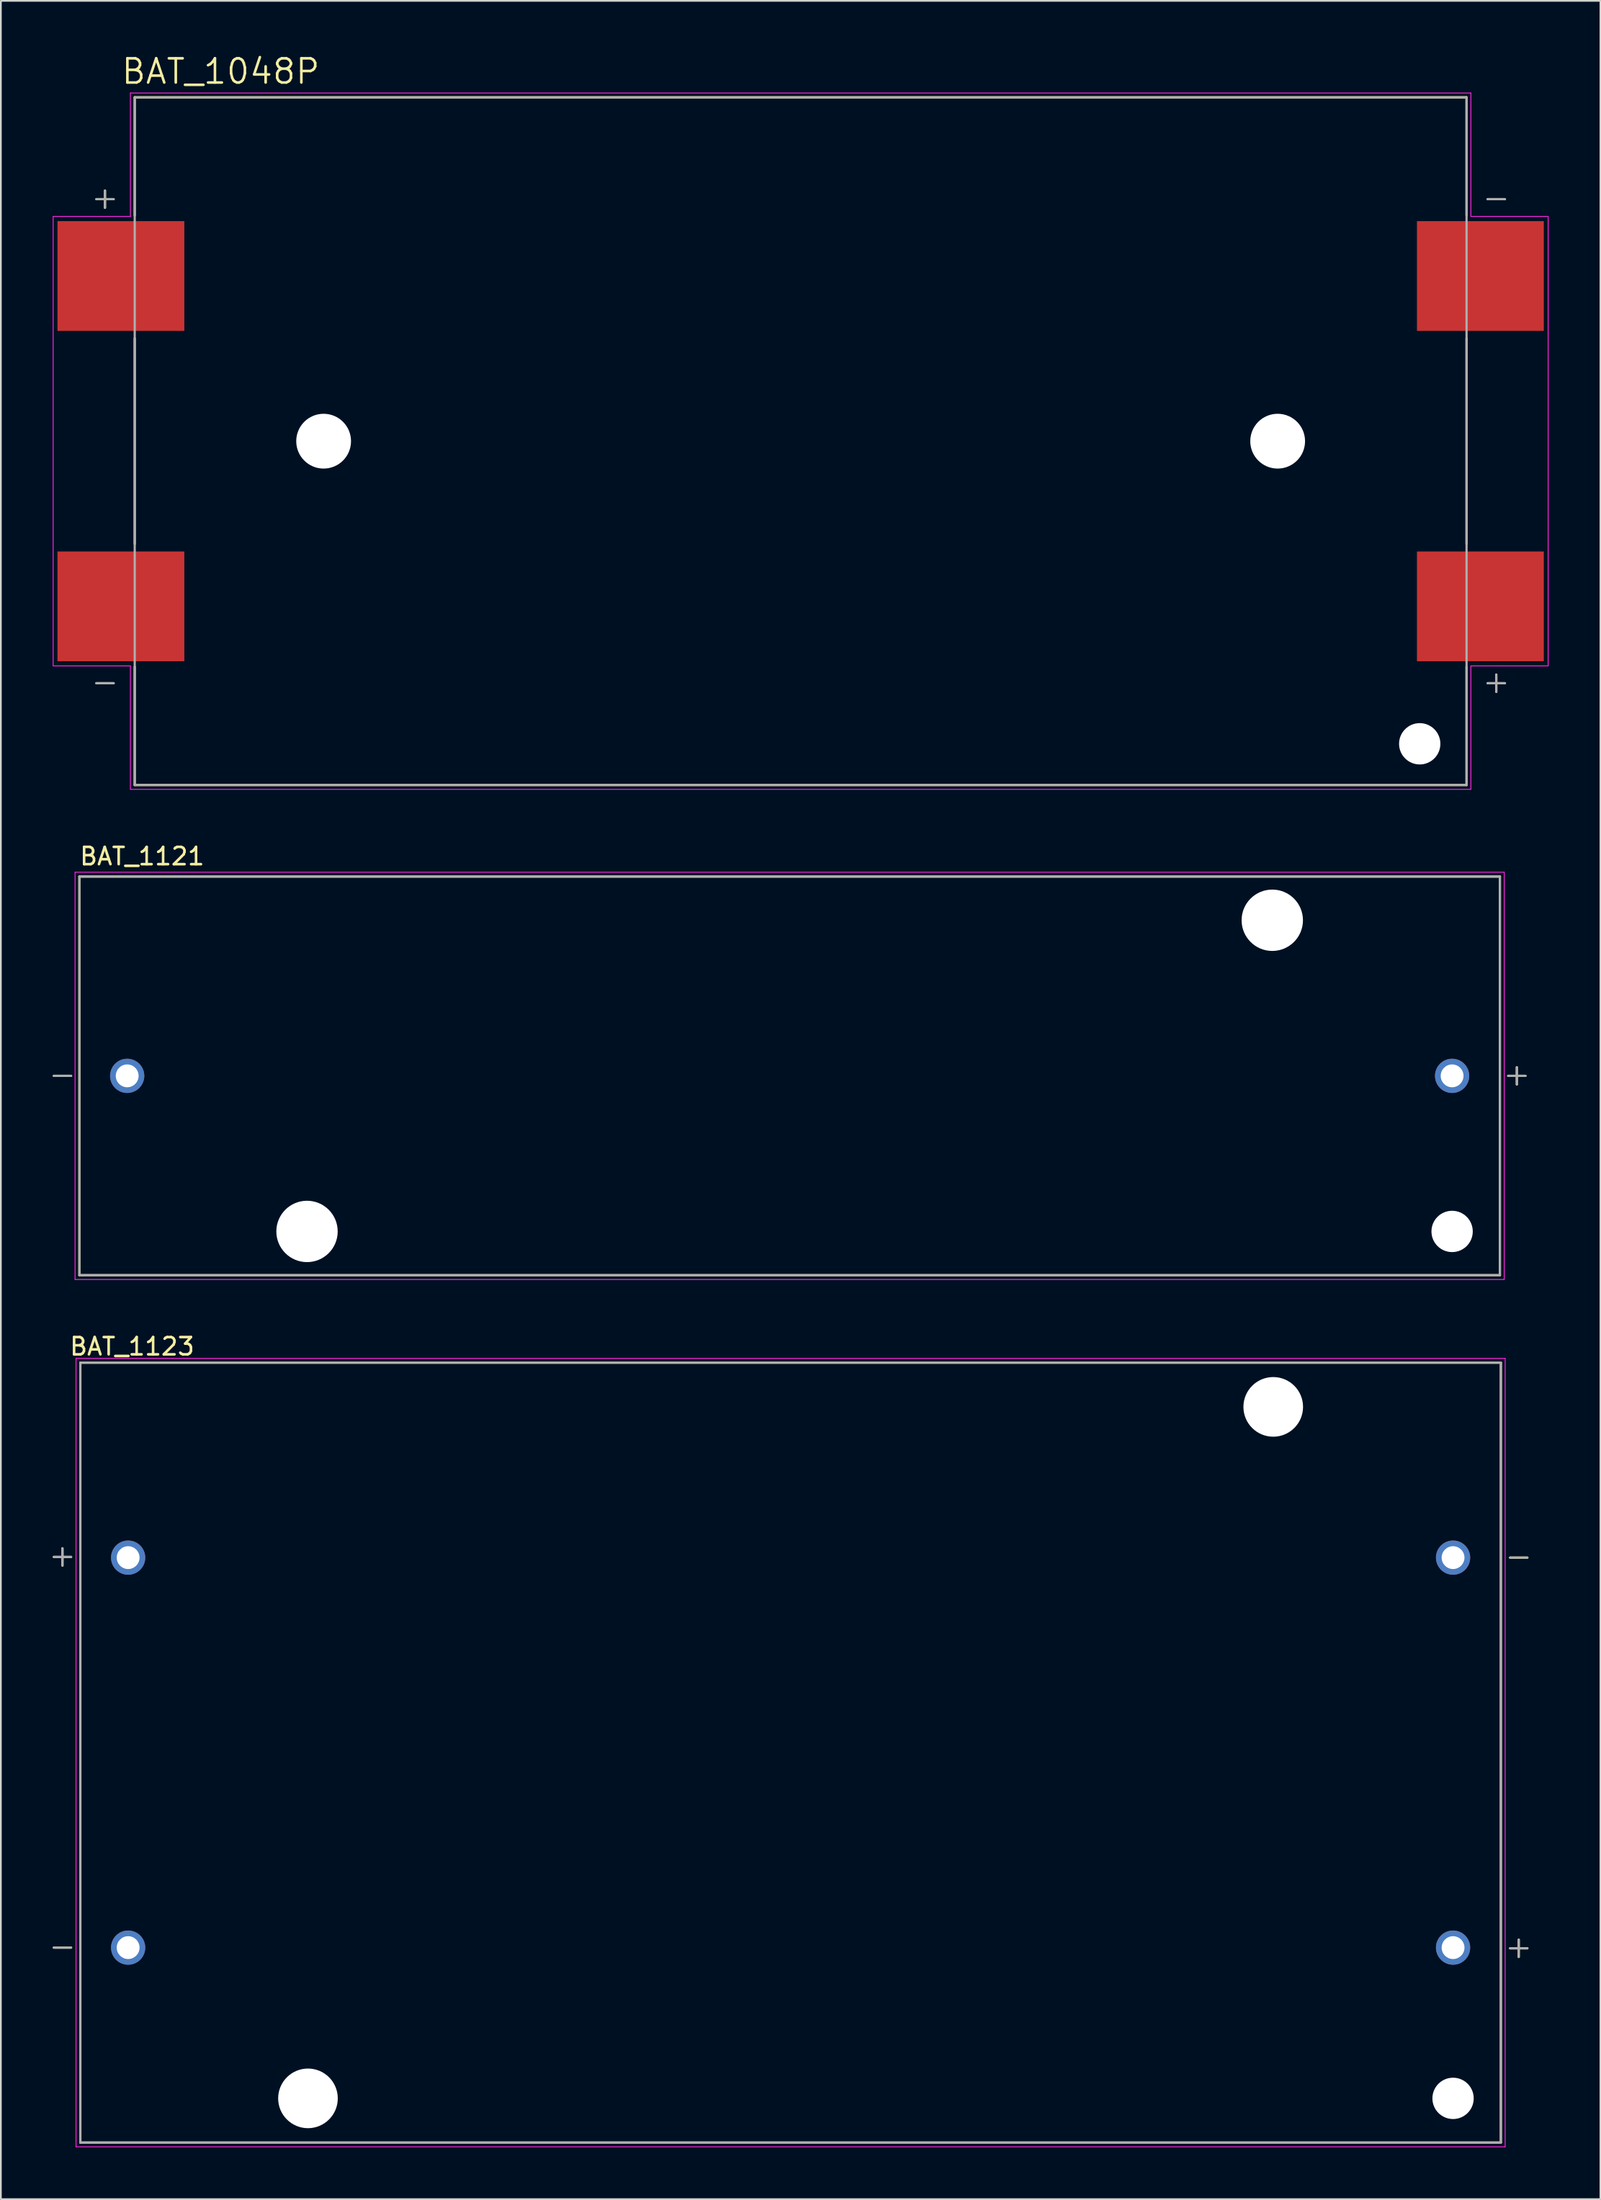
<source format=kicad_pcb>
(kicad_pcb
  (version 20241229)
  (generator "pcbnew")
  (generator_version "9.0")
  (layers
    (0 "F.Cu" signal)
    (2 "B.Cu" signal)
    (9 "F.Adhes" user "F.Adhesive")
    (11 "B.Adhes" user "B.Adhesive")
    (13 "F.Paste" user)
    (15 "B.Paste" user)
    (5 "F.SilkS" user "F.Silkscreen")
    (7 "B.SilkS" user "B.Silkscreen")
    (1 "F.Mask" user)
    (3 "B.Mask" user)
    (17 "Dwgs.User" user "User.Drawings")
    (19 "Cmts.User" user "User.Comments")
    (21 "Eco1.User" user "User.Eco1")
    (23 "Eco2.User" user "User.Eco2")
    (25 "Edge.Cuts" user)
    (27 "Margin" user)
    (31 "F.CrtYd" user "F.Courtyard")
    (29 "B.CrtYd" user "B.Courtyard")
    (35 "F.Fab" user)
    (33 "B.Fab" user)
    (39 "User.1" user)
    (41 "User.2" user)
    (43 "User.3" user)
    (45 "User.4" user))
  (footprint "BAT_1123"
    (layer "F.Cu")
    (at 42.694 98.333)
    (property "Reference" "BAT_1123" (at -38.1 -23.495 0) (layer "F.SilkS") (effects (font (size 1 1) (thickness 0.15))))
    (attr through_hole)
    (fp_line (start -42.63 11.28) (end -41.63 11.28) (stroke (width 0.127) (type solid)) (layer "F.SilkS"))
    (fp_line (start -42.13 -10.82) (end -42.13 -11.82) (stroke (width 0.127) (type solid)) (layer "F.SilkS"))
    (fp_line (start -41.63 -11.32) (end -42.63 -11.32) (stroke (width 0.127) (type solid)) (layer "F.SilkS"))
    (fp_line (start -41.095 -22.555) (end 41.095 -22.555) (stroke (width 0.127) (type solid)) (layer "F.SilkS"))
    (fp_line (start -41.095 22.555) (end -41.095 -22.555) (stroke (width 0.127) (type solid)) (layer "F.SilkS"))
    (fp_line (start 41.095 -22.555) (end 41.095 22.555) (stroke (width 0.127) (type solid)) (layer "F.SilkS"))
    (fp_line (start 41.095 22.555) (end -41.095 22.555) (stroke (width 0.127) (type solid)) (layer "F.SilkS"))
    (fp_line (start 41.63 11.32) (end 42.63 11.32) (stroke (width 0.127) (type solid)) (layer "F.SilkS"))
    (fp_line (start 42.13 10.82) (end 42.13 11.82) (stroke (width 0.127) (type solid)) (layer "F.SilkS"))
    (fp_line (start 42.63 -11.28) (end 41.63 -11.28) (stroke (width 0.127) (type solid)) (layer "F.SilkS"))
    (fp_line (start -41.345 -22.805) (end 41.345 -22.805) (stroke (width 0.05) (type solid)) (layer "F.CrtYd"))
    (fp_line (start -41.345 22.805) (end -41.345 -22.805) (stroke (width 0.05) (type solid)) (layer "F.CrtYd"))
    (fp_line (start 41.345 -22.805) (end 41.345 22.805) (stroke (width 0.05) (type solid)) (layer "F.CrtYd"))
    (fp_line (start 41.345 22.805) (end -41.345 22.805) (stroke (width 0.05) (type solid)) (layer "F.CrtYd"))
    (fp_line (start -42.63 -11.32) (end -41.63 -11.32) (stroke (width 0.127) (type solid)) (layer "F.Fab"))
    (fp_line (start -42.63 11.28) (end -41.63 11.28) (stroke (width 0.127) (type solid)) (layer "F.Fab"))
    (fp_line (start -42.13 -10.82) (end -42.13 -11.82) (stroke (width 0.127) (type solid)) (layer "F.Fab"))
    (fp_line (start -41.095 -22.555) (end 41.095 -22.555) (stroke (width 0.127) (type solid)) (layer "F.Fab"))
    (fp_line (start -41.095 22.555) (end -41.095 -22.555) (stroke (width 0.127) (type solid)) (layer "F.Fab"))
    (fp_line (start 41.095 -22.555) (end 41.095 22.555) (stroke (width 0.127) (type solid)) (layer "F.Fab"))
    (fp_line (start 41.095 22.555) (end -41.095 22.555) (stroke (width 0.127) (type solid)) (layer "F.Fab"))
    (fp_line (start 42.13 10.82) (end 42.13 11.82) (stroke (width 0.127) (type solid)) (layer "F.Fab"))
    (fp_line (start 42.63 -11.28) (end 41.63 -11.28) (stroke (width 0.127) (type solid)) (layer "F.Fab"))
    (fp_line (start 42.63 11.32) (end 41.63 11.32) (stroke (width 0.127) (type solid)) (layer "F.Fab"))
    (pad "" np_thru_hole circle (at -27.925 20) (size 3.45 3.45) (drill 3.45) (layers "*.Cu" "*.Mask"))
    (pad "" np_thru_hole circle (at 27.925 -20) (size 3.45 3.45) (drill 3.45) (layers "*.Cu" "*.Mask"))
    (pad "" np_thru_hole circle (at 38.33 20) (size 2.39 2.39) (drill 2.39) (layers "*.Cu" "*.Mask"))
    (pad "N1" thru_hole circle (at 38.33 -11.28) (size 1.98 1.98) (drill 1.32) (layers "*.Cu" "*.Mask"))
    (pad "N2" thru_hole circle (at -38.33 11.28) (size 1.98 1.98) (drill 1.32) (layers "*.Cu" "*.Mask"))
    (pad "P1" thru_hole circle (at -38.33 -11.28) (size 1.98 1.98) (drill 1.32) (layers "*.Cu" "*.Mask"))
    (pad "P2" thru_hole circle (at 38.33 11.28) (size 1.98 1.98) (drill 1.32) (layers "*.Cu" "*.Mask")))
  (footprint "BAT_1121"
    (layer "F.Cu")
    (at 42.639 59.184)
    (property "Reference" "BAT_1121" (at -37.465 -12.7 0) (layer "F.SilkS") (effects (font (size 1 1) (thickness 0.15))))
    (attr through_hole)
    (fp_line (start -41.575 0) (end -42.575 0) (stroke (width 0.127) (type solid)) (layer "F.SilkS"))
    (fp_line (start -41.095 -11.53) (end 41.095 -11.53) (stroke (width 0.127) (type solid)) (layer "F.SilkS"))
    (fp_line (start -41.095 11.53) (end -41.095 -11.53) (stroke (width 0.127) (type solid)) (layer "F.SilkS"))
    (fp_line (start 41.095 -11.53) (end 41.095 11.53) (stroke (width 0.127) (type solid)) (layer "F.SilkS"))
    (fp_line (start 41.095 11.53) (end -41.095 11.53) (stroke (width 0.127) (type solid)) (layer "F.SilkS"))
    (fp_line (start 42.075 0.5) (end 42.075 -0.5) (stroke (width 0.127) (type solid)) (layer "F.SilkS"))
    (fp_line (start 42.575 0) (end 41.575 0) (stroke (width 0.127) (type solid)) (layer "F.SilkS"))
    (fp_line (start -41.345 -11.78) (end 41.345 -11.78) (stroke (width 0.05) (type solid)) (layer "F.CrtYd"))
    (fp_line (start -41.345 11.78) (end -41.345 -11.78) (stroke (width 0.05) (type solid)) (layer "F.CrtYd"))
    (fp_line (start 41.345 -11.78) (end 41.345 11.78) (stroke (width 0.05) (type solid)) (layer "F.CrtYd"))
    (fp_line (start 41.345 11.78) (end -41.345 11.78) (stroke (width 0.05) (type solid)) (layer "F.CrtYd"))
    (fp_line (start -41.575 0) (end -42.575 0) (stroke (width 0.127) (type solid)) (layer "F.Fab"))
    (fp_line (start -41.095 -11.53) (end 41.095 -11.53) (stroke (width 0.127) (type solid)) (layer "F.Fab"))
    (fp_line (start -41.095 11.53) (end -41.095 -11.53) (stroke (width 0.127) (type solid)) (layer "F.Fab"))
    (fp_line (start 41.095 -11.53) (end 41.095 11.53) (stroke (width 0.127) (type solid)) (layer "F.Fab"))
    (fp_line (start 41.095 11.53) (end -41.095 11.53) (stroke (width 0.127) (type solid)) (layer "F.Fab"))
    (fp_line (start 41.575 0) (end 42.575 0) (stroke (width 0.127) (type solid)) (layer "F.Fab"))
    (fp_line (start 42.075 0.5) (end 42.075 -0.5) (stroke (width 0.127) (type solid)) (layer "F.Fab"))
    (pad "" np_thru_hole circle (at -27.925 9) (size 3.55 3.55) (drill 3.55) (layers "*.Cu" "*.Mask"))
    (pad "" np_thru_hole circle (at 27.925 -9) (size 3.55 3.55) (drill 3.55) (layers "*.Cu" "*.Mask"))
    (pad "" np_thru_hole circle (at 38.33 9) (size 2.39 2.39) (drill 2.39) (layers "*.Cu" "*.Mask"))
    (pad "N" thru_hole circle (at -38.33 0) (size 1.98 1.98) (drill 1.32) (layers "*.Cu" "*.Mask"))
    (pad "P" thru_hole circle (at 38.33 0) (size 1.98 1.98) (drill 1.32) (layers "*.Cu" "*.Mask")))
  (footprint "BAT_1048P"
    (layer "F.Cu")
    (at 43.275 22.471)
    (property "Reference" "BAT_1048P" (at -33.555 -21.389 0) (layer "F.SilkS") (effects (font (size 1.4 1.4) (thickness 0.15))))
    (attr through_hole)
    (fp_line (start -40.75 -14) (end -39.75 -14) (stroke (width 0.127) (type solid)) (layer "F.SilkS"))
    (fp_line (start -40.75 14) (end -39.75 14) (stroke (width 0.127) (type solid)) (layer "F.SilkS"))
    (fp_line (start -40.25 -14.5) (end -40.25 -13.5) (stroke (width 0.127) (type solid)) (layer "F.SilkS"))
    (fp_line (start -38.53 -19.89) (end 38.53 -19.89) (stroke (width 0.127) (type solid)) (layer "F.SilkS"))
    (fp_line (start -38.53 -13.05) (end -38.53 -19.89) (stroke (width 0.127) (type solid)) (layer "F.SilkS"))
    (fp_line (start -38.53 -5.95) (end -38.53 5.95) (stroke (width 0.127) (type solid)) (layer "F.SilkS"))
    (fp_line (start -38.53 13.05) (end -38.53 19.89) (stroke (width 0.127) (type solid)) (layer "F.SilkS"))
    (fp_line (start -38.53 19.89) (end 38.53 19.89) (stroke (width 0.127) (type solid)) (layer "F.SilkS"))
    (fp_line (start 38.53 -19.89) (end 38.53 -13.05) (stroke (width 0.127) (type solid)) (layer "F.SilkS"))
    (fp_line (start 38.53 -5.95) (end 38.53 5.95) (stroke (width 0.127) (type solid)) (layer "F.SilkS"))
    (fp_line (start 38.53 19.89) (end 38.53 13.05) (stroke (width 0.127) (type solid)) (layer "F.SilkS"))
    (fp_line (start 40.25 14.5) (end 40.25 13.5) (stroke (width 0.127) (type solid)) (layer "F.SilkS"))
    (fp_line (start 40.75 -14) (end 39.75 -14) (stroke (width 0.127) (type solid)) (layer "F.SilkS"))
    (fp_line (start 40.75 14) (end 39.75 14) (stroke (width 0.127) (type solid)) (layer "F.SilkS"))
    (fp_line (start -43.25 -13) (end -38.78 -13) (stroke (width 0.05) (type solid)) (layer "F.CrtYd"))
    (fp_line (start -43.25 13) (end -43.25 -13) (stroke (width 0.05) (type solid)) (layer "F.CrtYd"))
    (fp_line (start -38.78 -20.14) (end 38.78 -20.14) (stroke (width 0.05) (type solid)) (layer "F.CrtYd"))
    (fp_line (start -38.78 -13) (end -38.78 -20.14) (stroke (width 0.05) (type solid)) (layer "F.CrtYd"))
    (fp_line (start -38.78 13) (end -43.25 13) (stroke (width 0.05) (type solid)) (layer "F.CrtYd"))
    (fp_line (start -38.78 20.14) (end -38.78 13) (stroke (width 0.05) (type solid)) (layer "F.CrtYd"))
    (fp_line (start 38.78 -20.14) (end 38.78 -13) (stroke (width 0.05) (type solid)) (layer "F.CrtYd"))
    (fp_line (start 38.78 -13) (end 43.25 -13) (stroke (width 0.05) (type solid)) (layer "F.CrtYd"))
    (fp_line (start 38.78 13) (end 38.78 20.14) (stroke (width 0.05) (type solid)) (layer "F.CrtYd"))
    (fp_line (start 38.78 20.14) (end -38.78 20.14) (stroke (width 0.05) (type solid)) (layer "F.CrtYd"))
    (fp_line (start 43.25 -13) (end 43.25 13) (stroke (width 0.05) (type solid)) (layer "F.CrtYd"))
    (fp_line (start 43.25 13) (end 38.78 13) (stroke (width 0.05) (type solid)) (layer "F.CrtYd"))
    (fp_line (start -40.75 -14) (end -39.75 -14) (stroke (width 0.127) (type solid)) (layer "F.Fab"))
    (fp_line (start -40.75 14) (end -39.75 14) (stroke (width 0.127) (type solid)) (layer "F.Fab"))
    (fp_line (start -40.25 -14.5) (end -40.25 -13.5) (stroke (width 0.127) (type solid)) (layer "F.Fab"))
    (fp_line (start -38.53 -19.89) (end 38.53 -19.89) (stroke (width 0.127) (type solid)) (layer "F.Fab"))
    (fp_line (start -38.53 19.89) (end -38.53 -19.89) (stroke (width 0.127) (type solid)) (layer "F.Fab"))
    (fp_line (start 38.53 -19.89) (end 38.53 19.89) (stroke (width 0.127) (type solid)) (layer "F.Fab"))
    (fp_line (start 38.53 19.89) (end -38.53 19.89) (stroke (width 0.127) (type solid)) (layer "F.Fab"))
    (fp_line (start 40.25 14.5) (end 40.25 13.5) (stroke (width 0.127) (type solid)) (layer "F.Fab"))
    (fp_line (start 40.75 -14) (end 39.75 -14) (stroke (width 0.127) (type solid)) (layer "F.Fab"))
    (fp_line (start 40.75 14) (end 39.75 14) (stroke (width 0.127) (type solid)) (layer "F.Fab"))
    (pad "" np_thru_hole circle (at -27.6 0) (size 3.17 3.17) (drill 3.17) (layers "*.Cu" "*.Mask"))
    (pad "" np_thru_hole circle (at 27.6 0) (size 3.17 3.17) (drill 3.17) (layers "*.Cu" "*.Mask"))
    (pad "" np_thru_hole circle (at 35.82 17.505) (size 2.39 2.39) (drill 2.39) (layers "*.Cu" "*.Mask"))
    (pad "1" smd rect (at -39.33 -9.555) (size 7.34 6.35) (layers "F.Cu" "F.Mask" "F.Paste"))
    (pad "2" smd rect (at -39.33 9.555) (size 7.34 6.35) (layers "F.Cu" "F.Mask" "F.Paste"))
    (pad "3" smd rect (at 39.33 -9.555) (size 7.34 6.35) (layers "F.Cu" "F.Mask" "F.Paste"))
    (pad "4" smd rect (at 39.33 9.555) (size 7.34 6.35) (layers "F.Cu" "F.Mask" "F.Paste")))
  (gr_rect
    (start -3 -3)
    (end 89.55 124.163)
    (stroke (width 0.1) (type default))
    (fill no)
    (layer "Edge.Cuts")))
</source>
